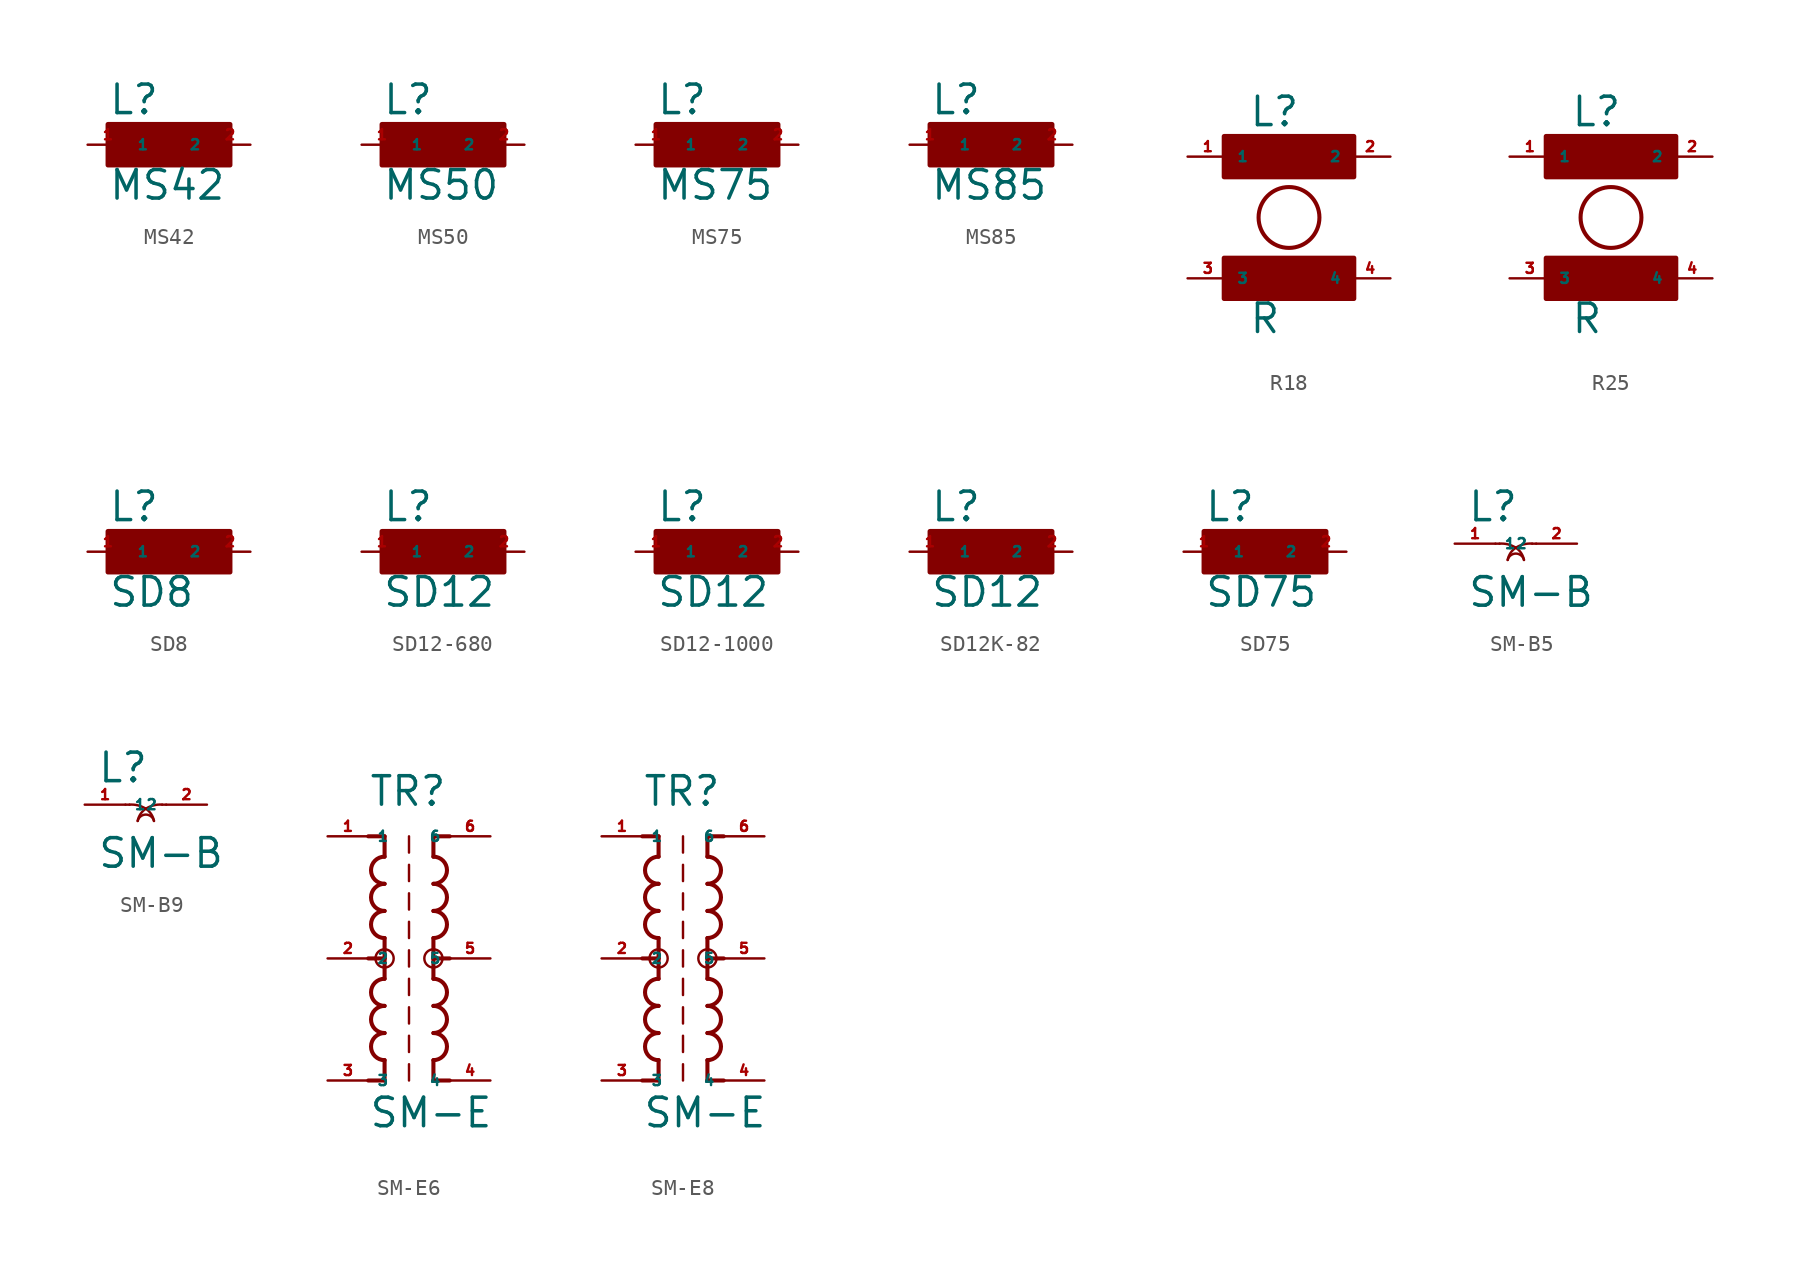
<source format=kicad_sym>
(kicad_symbol_lib
  (version 20220914)
  (generator kicad_symbol_editor)
  (symbol "MS42"
    (property "Reference" "L"
      (at -3.81 1.778 0)
      (effects (font (size 1.778 1.778) (thickness 0.22)) (justify left bottom)))
    (property "Value" "MS42"
      (at -3.81 -3.556 0)
      (effects (font (size 1.778 1.778) (thickness 0.22)) (justify left bottom)))
    (symbol "MS42_1_1"
      (rectangle (start -3.81 -1.27) (end 3.81 1.27) (stroke (width 0.3) (type default)) (fill (type outline)))
      (pin passive line (at -5.08 0 0) (length 2.54) (name "1" (effects (font (size 0.635 0.635)))) (number "1" (effects (font (size 0.635 0.635)))))
      (pin passive line (at 5.08 0 180) (length 2.54) (name "2" (effects (font (size 0.635 0.635)))) (number "2" (effects (font (size 0.635 0.635)))))))
  (symbol "MS50"
    (property "Reference" "L"
      (at -3.81 1.778 0)
      (effects (font (size 1.778 1.778) (thickness 0.22)) (justify left bottom)))
    (property "Value" "MS50"
      (at -3.81 -3.556 0)
      (effects (font (size 1.778 1.778) (thickness 0.22)) (justify left bottom)))
    (symbol "MS50_1_1"
      (rectangle (start -3.81 -1.27) (end 3.81 1.27) (stroke (width 0.3) (type default)) (fill (type outline)))
      (pin passive line (at -5.08 0 0) (length 2.54) (name "1" (effects (font (size 0.635 0.635)))) (number "1" (effects (font (size 0.635 0.635)))))
      (pin passive line (at 5.08 0 180) (length 2.54) (name "2" (effects (font (size 0.635 0.635)))) (number "2" (effects (font (size 0.635 0.635)))))))
  (symbol "MS75"
    (property "Reference" "L"
      (at -3.81 1.778 0)
      (effects (font (size 1.778 1.778) (thickness 0.22)) (justify left bottom)))
    (property "Value" "MS75"
      (at -3.81 -3.556 0)
      (effects (font (size 1.778 1.778) (thickness 0.22)) (justify left bottom)))
    (symbol "MS75_1_1"
      (rectangle (start -3.81 -1.27) (end 3.81 1.27) (stroke (width 0.3) (type default)) (fill (type outline)))
      (pin passive line (at -5.08 0 0) (length 2.54) (name "1" (effects (font (size 0.635 0.635)))) (number "1" (effects (font (size 0.635 0.635)))))
      (pin passive line (at 5.08 0 180) (length 2.54) (name "2" (effects (font (size 0.635 0.635)))) (number "2" (effects (font (size 0.635 0.635)))))))
  (symbol "MS85"
    (property "Reference" "L"
      (at -3.81 1.778 0)
      (effects (font (size 1.778 1.778) (thickness 0.22)) (justify left bottom)))
    (property "Value" "MS85"
      (at -3.81 -3.556 0)
      (effects (font (size 1.778 1.778) (thickness 0.22)) (justify left bottom)))
    (symbol "MS85_1_1"
      (rectangle (start -3.81 -1.27) (end 3.81 1.27) (stroke (width 0.3) (type default)) (fill (type outline)))
      (pin passive line (at -5.08 0 0) (length 2.54) (name "1" (effects (font (size 0.635 0.635)))) (number "1" (effects (font (size 0.635 0.635)))))
      (pin passive line (at 5.08 0 180) (length 2.54) (name "2" (effects (font (size 0.635 0.635)))) (number "2" (effects (font (size 0.635 0.635)))))))
  (symbol "R18"
    (property "Reference" "L"
      (at -1.27 6.858 0)
      (effects (font (size 1.778 1.778) (thickness 0.22)) (justify left bottom)))
    (property "Value" "R"
      (at -1.27 -6.096 0)
      (effects (font (size 1.778 1.778) (thickness 0.22)) (justify left bottom)))
    (symbol "R18_1_1"
      (rectangle (start -2.794 -3.81) (end 5.334 -1.27) (stroke (width 0.3) (type default)) (fill (type outline)))
      (rectangle (start -2.794 3.81) (end 5.334 6.35) (stroke (width 0.3) (type default)) (fill (type outline)))
      (circle (center 1.27 1.27) (radius 1.905) (stroke (width 0.254) (type default)) (fill (type none)))
      (pin passive line (at -5.08 5.08 0) (length 2.54) (name "1" (effects (font (size 0.635 0.635)))) (number "1" (effects (font (size 0.635 0.635)))))
      (pin passive line (at 7.62 5.08 180) (length 2.54) (name "2" (effects (font (size 0.635 0.635)))) (number "2" (effects (font (size 0.635 0.635)))))
      (pin passive line (at -5.08 -2.54 0) (length 2.54) (name "3" (effects (font (size 0.635 0.635)))) (number "3" (effects (font (size 0.635 0.635)))))
      (pin passive line (at 7.62 -2.54 180) (length 2.54) (name "4" (effects (font (size 0.635 0.635)))) (number "4" (effects (font (size 0.635 0.635)))))))
  (symbol "R25"
    (property "Reference" "L"
      (at -1.27 6.858 0)
      (effects (font (size 1.778 1.778) (thickness 0.22)) (justify left bottom)))
    (property "Value" "R"
      (at -1.27 -6.096 0)
      (effects (font (size 1.778 1.778) (thickness 0.22)) (justify left bottom)))
    (symbol "R25_1_1"
      (rectangle (start -2.794 -3.81) (end 5.334 -1.27) (stroke (width 0.3) (type default)) (fill (type outline)))
      (rectangle (start -2.794 3.81) (end 5.334 6.35) (stroke (width 0.3) (type default)) (fill (type outline)))
      (circle (center 1.27 1.27) (radius 1.905) (stroke (width 0.254) (type default)) (fill (type none)))
      (pin passive line (at -5.08 5.08 0) (length 2.54) (name "1" (effects (font (size 0.635 0.635)))) (number "1" (effects (font (size 0.635 0.635)))))
      (pin passive line (at 7.62 5.08 180) (length 2.54) (name "2" (effects (font (size 0.635 0.635)))) (number "2" (effects (font (size 0.635 0.635)))))
      (pin passive line (at -5.08 -2.54 0) (length 2.54) (name "3" (effects (font (size 0.635 0.635)))) (number "3" (effects (font (size 0.635 0.635)))))
      (pin passive line (at 7.62 -2.54 180) (length 2.54) (name "4" (effects (font (size 0.635 0.635)))) (number "4" (effects (font (size 0.635 0.635)))))))
  (symbol "SD8"
    (property "Reference" "L"
      (at -3.81 1.778 0)
      (effects (font (size 1.778 1.778) (thickness 0.22)) (justify left bottom)))
    (property "Value" "SD8"
      (at -3.81 -3.556 0)
      (effects (font (size 1.778 1.778) (thickness 0.22)) (justify left bottom)))
    (symbol "SD8_1_1"
      (rectangle (start -3.81 -1.27) (end 3.81 1.27) (stroke (width 0.3) (type default)) (fill (type outline)))
      (pin passive line (at -5.08 0 0) (length 2.54) (name "1" (effects (font (size 0.635 0.635)))) (number "1" (effects (font (size 0.635 0.635)))))
      (pin passive line (at 5.08 0 180) (length 2.54) (name "2" (effects (font (size 0.635 0.635)))) (number "2" (effects (font (size 0.635 0.635)))))))
  (symbol "SD12-680"
    (property "Reference" "L"
      (at -3.81 1.778 0)
      (effects (font (size 1.778 1.778) (thickness 0.22)) (justify left bottom)))
    (property "Value" "SD12"
      (at -3.81 -3.556 0)
      (effects (font (size 1.778 1.778) (thickness 0.22)) (justify left bottom)))
    (symbol "SD12-680_1_1"
      (rectangle (start -3.81 -1.27) (end 3.81 1.27) (stroke (width 0.3) (type default)) (fill (type outline)))
      (pin passive line (at -5.08 0 0) (length 2.54) (name "1" (effects (font (size 0.635 0.635)))) (number "1" (effects (font (size 0.635 0.635)))))
      (pin passive line (at 5.08 0 180) (length 2.54) (name "2" (effects (font (size 0.635 0.635)))) (number "2" (effects (font (size 0.635 0.635)))))))
  (symbol "SD12-1000"
    (property "Reference" "L"
      (at -3.81 1.778 0)
      (effects (font (size 1.778 1.778) (thickness 0.22)) (justify left bottom)))
    (property "Value" "SD12"
      (at -3.81 -3.556 0)
      (effects (font (size 1.778 1.778) (thickness 0.22)) (justify left bottom)))
    (symbol "SD12-1000_1_1"
      (rectangle (start -3.81 -1.27) (end 3.81 1.27) (stroke (width 0.3) (type default)) (fill (type outline)))
      (pin passive line (at -5.08 0 0) (length 2.54) (name "1" (effects (font (size 0.635 0.635)))) (number "1" (effects (font (size 0.635 0.635)))))
      (pin passive line (at 5.08 0 180) (length 2.54) (name "2" (effects (font (size 0.635 0.635)))) (number "2" (effects (font (size 0.635 0.635)))))))
  (symbol "SD12K-82"
    (property "Reference" "L"
      (at -3.81 1.778 0)
      (effects (font (size 1.778 1.778) (thickness 0.22)) (justify left bottom)))
    (property "Value" "SD12"
      (at -3.81 -3.556 0)
      (effects (font (size 1.778 1.778) (thickness 0.22)) (justify left bottom)))
    (symbol "SD12K-82_1_1"
      (rectangle (start -3.81 -1.27) (end 3.81 1.27) (stroke (width 0.3) (type default)) (fill (type outline)))
      (pin passive line (at -5.08 0 0) (length 2.54) (name "1" (effects (font (size 0.635 0.635)))) (number "1" (effects (font (size 0.635 0.635)))))
      (pin passive line (at 5.08 0 180) (length 2.54) (name "2" (effects (font (size 0.635 0.635)))) (number "2" (effects (font (size 0.635 0.635)))))))
  (symbol "SD75"
    (property "Reference" "L"
      (at -3.81 1.778 0)
      (effects (font (size 1.778 1.778) (thickness 0.22)) (justify left bottom)))
    (property "Value" "SD75"
      (at -3.81 -3.556 0)
      (effects (font (size 1.778 1.778) (thickness 0.22)) (justify left bottom)))
    (symbol "SD75_1_1"
      (rectangle (start -3.81 -1.27) (end 3.81 1.27) (stroke (width 0.3) (type default)) (fill (type outline)))
      (pin passive line (at -5.08 0 0) (length 2.54) (name "1" (effects (font (size 0.635 0.635)))) (number "1" (effects (font (size 0.635 0.635)))))
      (pin passive line (at 5.08 0 180) (length 2.54) (name "2" (effects (font (size 0.635 0.635)))) (number "2" (effects (font (size 0.635 0.635)))))))
  (symbol "SM-B5"
    (property "Reference" "L"
      (at -4.318 1.27 0)
      (effects (font (size 1.778 1.778) (thickness 0.22)) (justify left bottom)))
    (property "Value" "SM-B"
      (at -4.318 -4.064 0)
      (effects (font (size 1.778 1.778) (thickness 0.22)) (justify left bottom)))
    (symbol "SM-B5_1_1"
      (arc (start -1.27 -0.254) (mid -1.757 -0.045) (end -2.286 0) (stroke (width 0.1524) (type default)) (fill (type none)))
      (arc (start -1.27 -0.254) (mid -1.602 -0.583) (end -1.778 -1.016) (stroke (width 0.1524) (type default)) (fill (type none)))
      (arc (start -0.762 -1.016) (mid -1.27 -0.619) (end -1.778 -1.016) (stroke (width 0.1524) (type default)) (fill (type none)))
      (arc (start -0.762 -1.016) (mid -0.938 -0.583) (end -1.27 -0.254) (stroke (width 0.1524) (type default)) (fill (type none)))
      (arc (start -0.254 0) (mid -0.783 -0.045) (end -1.27 -0.254) (stroke (width 0.1524) (type default)) (fill (type none)))
      (polyline (pts (xy -2.54 0) (xy -2.286 0)) (stroke (width 0.152) (type default)) (fill (type none)))
      (polyline (pts (xy -0.254 0) (xy 0 0)) (stroke (width 0.152) (type default)) (fill (type none)))
      (pin passive line (at -5.08 0 0) (length 2.54) (name "1" (effects (font (size 0.635 0.635)))) (number "1" (effects (font (size 0.635 0.635)))))
      (pin passive line (at 2.54 0 180) (length 2.54) (name "2" (effects (font (size 0.635 0.635)))) (number "2" (effects (font (size 0.635 0.635)))))))
  (symbol "SM-B9"
    (property "Reference" "L"
      (at -4.318 1.27 0)
      (effects (font (size 1.778 1.778) (thickness 0.22)) (justify left bottom)))
    (property "Value" "SM-B"
      (at -4.318 -4.064 0)
      (effects (font (size 1.778 1.778) (thickness 0.22)) (justify left bottom)))
    (symbol "SM-B9_1_1"
      (arc (start -1.27 -0.254) (mid -1.757 -0.045) (end -2.286 0) (stroke (width 0.1524) (type default)) (fill (type none)))
      (arc (start -1.27 -0.254) (mid -1.602 -0.583) (end -1.778 -1.016) (stroke (width 0.1524) (type default)) (fill (type none)))
      (arc (start -0.762 -1.016) (mid -1.27 -0.619) (end -1.778 -1.016) (stroke (width 0.1524) (type default)) (fill (type none)))
      (arc (start -0.762 -1.016) (mid -0.938 -0.583) (end -1.27 -0.254) (stroke (width 0.1524) (type default)) (fill (type none)))
      (arc (start -0.254 0) (mid -0.783 -0.045) (end -1.27 -0.254) (stroke (width 0.1524) (type default)) (fill (type none)))
      (polyline (pts (xy -2.54 0) (xy -2.286 0)) (stroke (width 0.152) (type default)) (fill (type none)))
      (polyline (pts (xy -0.254 0) (xy 0 0)) (stroke (width 0.152) (type default)) (fill (type none)))
      (pin passive line (at -5.08 0 0) (length 2.54) (name "1" (effects (font (size 0.635 0.635)))) (number "1" (effects (font (size 0.635 0.635)))))
      (pin passive line (at 2.54 0 180) (length 2.54) (name "2" (effects (font (size 0.635 0.635)))) (number "2" (effects (font (size 0.635 0.635)))))))
  (symbol "SM-E6"
    (property "Reference" "TR"
      (at -2.54 9.398 0)
      (effects (font (size 1.778 1.778) (thickness 0.22)) (justify left bottom)))
    (property "Value" "SM-E"
      (at -2.54 -10.668 0)
      (effects (font (size 1.778 1.778) (thickness 0.22)) (justify left bottom)))
    (symbol "SM-E6_1_1"
      (arc (start -1.524 -4.6566) (mid -2.3704 -5.5033) (end -1.524 -6.35) (stroke (width 0.254) (type default)) (fill (type none)))
      (arc (start -1.524 -2.9632) (mid -2.3704 -3.8099) (end -1.524 -4.6566) (stroke (width 0.254) (type default)) (fill (type none)))
      (arc (start -1.524 -1.27) (mid -2.3704 -2.1167) (end -1.524 -2.9634) (stroke (width 0.254) (type default)) (fill (type none)))
      (circle (center -1.524 0) (radius 0.568) (stroke (width 0) (type default)) (fill (type none)))
      (arc (start -1.524 2.9634) (mid -2.3704 2.1167) (end -1.524 1.27) (stroke (width 0.254) (type default)) (fill (type none)))
      (arc (start -1.524 4.6566) (mid -2.3702 3.81) (end -1.524 2.9634) (stroke (width 0.254) (type default)) (fill (type none)))
      (arc (start -1.524 6.35) (mid -2.3704 5.5033) (end -1.524 4.6566) (stroke (width 0.254) (type default)) (fill (type none)))
      (polyline (pts (xy -2.54 7.62) (xy -1.524 7.62)) (stroke (width 0.254) (type default)) (fill (type none)))
      (polyline (pts (xy -1.524 -7.62) (xy -2.54 -7.62)) (stroke (width 0.254) (type default)) (fill (type none)))
      (polyline (pts (xy -1.524 -6.35) (xy -1.524 -7.62)) (stroke (width 0.254) (type default)) (fill (type none)))
      (polyline (pts (xy -1.524 0) (xy -2.54 0)) (stroke (width 0.254) (type default)) (fill (type none)))
      (polyline (pts (xy -1.524 0) (xy -1.524 -1.27)) (stroke (width 0.254) (type default)) (fill (type none)))
      (polyline (pts (xy -1.524 1.27) (xy -1.524 0)) (stroke (width 0.254) (type default)) (fill (type none)))
      (polyline (pts (xy -1.524 7.62) (xy -1.524 6.35)) (stroke (width 0.254) (type default)) (fill (type none)))
      (polyline (pts (xy 0 -7.62) (xy 0 -6.604)) (stroke (width 0.152) (type default)) (fill (type none)))
      (polyline (pts (xy 0 -5.842) (xy 0 -4.826)) (stroke (width 0.152) (type default)) (fill (type none)))
      (polyline (pts (xy 0 -4.064) (xy 0 -3.048)) (stroke (width 0.152) (type default)) (fill (type none)))
      (polyline (pts (xy 0 -2.286) (xy 0 -1.27)) (stroke (width 0.152) (type default)) (fill (type none)))
      (polyline (pts (xy 0 -0.508) (xy 0 0.508)) (stroke (width 0.152) (type default)) (fill (type none)))
      (polyline (pts (xy 0 1.27) (xy 0 2.286)) (stroke (width 0.152) (type default)) (fill (type none)))
      (polyline (pts (xy 0 3.048) (xy 0 4.064)) (stroke (width 0.152) (type default)) (fill (type none)))
      (polyline (pts (xy 0 4.826) (xy 0 5.842)) (stroke (width 0.152) (type default)) (fill (type none)))
      (polyline (pts (xy 0 6.604) (xy 0 7.62)) (stroke (width 0.152) (type default)) (fill (type none)))
      (polyline (pts (xy 1.524 -7.62) (xy 1.524 -6.35)) (stroke (width 0.254) (type default)) (fill (type none)))
      (polyline (pts (xy 1.524 -1.27) (xy 1.524 0)) (stroke (width 0.254) (type default)) (fill (type none)))
      (polyline (pts (xy 1.524 0) (xy 1.524 1.27)) (stroke (width 0.254) (type default)) (fill (type none)))
      (polyline (pts (xy 1.524 0) (xy 2.54 0)) (stroke (width 0.254) (type default)) (fill (type none)))
      (polyline (pts (xy 1.524 6.35) (xy 1.524 7.62)) (stroke (width 0.254) (type default)) (fill (type none)))
      (polyline (pts (xy 1.524 7.62) (xy 2.54 7.62)) (stroke (width 0.254) (type default)) (fill (type none)))
      (polyline (pts (xy 2.54 -7.62) (xy 1.524 -7.62)) (stroke (width 0.254) (type default)) (fill (type none)))
      (arc (start 1.524 -6.35) (mid 2.3704 -5.5033) (end 1.524 -4.6566) (stroke (width 0.254) (type default)) (fill (type none)))
      (arc (start 1.524 -4.6566) (mid 2.3702 -3.81) (end 1.524 -2.9634) (stroke (width 0.254) (type default)) (fill (type none)))
      (arc (start 1.524 -2.9634) (mid 2.3704 -2.1167) (end 1.524 -1.27) (stroke (width 0.254) (type default)) (fill (type none)))
      (circle (center 1.524 0) (radius 0.568) (stroke (width 0) (type default)) (fill (type none)))
      (arc (start 1.524 1.27) (mid 2.3704 2.1167) (end 1.524 2.9634) (stroke (width 0.254) (type default)) (fill (type none)))
      (arc (start 1.524 2.9632) (mid 2.3704 3.8099) (end 1.524 4.6566) (stroke (width 0.254) (type default)) (fill (type none)))
      (arc (start 1.524 4.6566) (mid 2.3704 5.5033) (end 1.524 6.35) (stroke (width 0.254) (type default)) (fill (type none)))
      (pin passive line (at -5.08 7.62 0) (length 2.54) (name "1" (effects (font (size 0.635 0.635)))) (number "1" (effects (font (size 0.635 0.635)))))
      (pin passive line (at -5.08 0 0) (length 2.54) (name "2" (effects (font (size 0.635 0.635)))) (number "2" (effects (font (size 0.635 0.635)))))
      (pin passive line (at -5.08 -7.62 0) (length 2.54) (name "3" (effects (font (size 0.635 0.635)))) (number "3" (effects (font (size 0.635 0.635)))))
      (pin passive line (at 5.08 -7.62 180) (length 2.54) (name "4" (effects (font (size 0.635 0.635)))) (number "4" (effects (font (size 0.635 0.635)))))
      (pin passive line (at 5.08 0 180) (length 2.54) (name "5" (effects (font (size 0.635 0.635)))) (number "5" (effects (font (size 0.635 0.635)))))
      (pin passive line (at 5.08 7.62 180) (length 2.54) (name "6" (effects (font (size 0.635 0.635)))) (number "6" (effects (font (size 0.635 0.635)))))))
  (symbol "SM-E8"
    (property "Reference" "TR"
      (at -2.54 9.398 0)
      (effects (font (size 1.778 1.778) (thickness 0.22)) (justify left bottom)))
    (property "Value" "SM-E"
      (at -2.54 -10.668 0)
      (effects (font (size 1.778 1.778) (thickness 0.22)) (justify left bottom)))
    (symbol "SM-E8_1_1"
      (arc (start -1.524 -4.6566) (mid -2.3704 -5.5033) (end -1.524 -6.35) (stroke (width 0.254) (type default)) (fill (type none)))
      (arc (start -1.524 -2.9632) (mid -2.3704 -3.8099) (end -1.524 -4.6566) (stroke (width 0.254) (type default)) (fill (type none)))
      (arc (start -1.524 -1.27) (mid -2.3704 -2.1167) (end -1.524 -2.9634) (stroke (width 0.254) (type default)) (fill (type none)))
      (circle (center -1.524 0) (radius 0.568) (stroke (width 0) (type default)) (fill (type none)))
      (arc (start -1.524 2.9634) (mid -2.3704 2.1167) (end -1.524 1.27) (stroke (width 0.254) (type default)) (fill (type none)))
      (arc (start -1.524 4.6566) (mid -2.3702 3.81) (end -1.524 2.9634) (stroke (width 0.254) (type default)) (fill (type none)))
      (arc (start -1.524 6.35) (mid -2.3704 5.5033) (end -1.524 4.6566) (stroke (width 0.254) (type default)) (fill (type none)))
      (polyline (pts (xy -2.54 7.62) (xy -1.524 7.62)) (stroke (width 0.254) (type default)) (fill (type none)))
      (polyline (pts (xy -1.524 -7.62) (xy -2.54 -7.62)) (stroke (width 0.254) (type default)) (fill (type none)))
      (polyline (pts (xy -1.524 -6.35) (xy -1.524 -7.62)) (stroke (width 0.254) (type default)) (fill (type none)))
      (polyline (pts (xy -1.524 0) (xy -2.54 0)) (stroke (width 0.254) (type default)) (fill (type none)))
      (polyline (pts (xy -1.524 0) (xy -1.524 -1.27)) (stroke (width 0.254) (type default)) (fill (type none)))
      (polyline (pts (xy -1.524 1.27) (xy -1.524 0)) (stroke (width 0.254) (type default)) (fill (type none)))
      (polyline (pts (xy -1.524 7.62) (xy -1.524 6.35)) (stroke (width 0.254) (type default)) (fill (type none)))
      (polyline (pts (xy 0 -7.62) (xy 0 -6.604)) (stroke (width 0.152) (type default)) (fill (type none)))
      (polyline (pts (xy 0 -5.842) (xy 0 -4.826)) (stroke (width 0.152) (type default)) (fill (type none)))
      (polyline (pts (xy 0 -4.064) (xy 0 -3.048)) (stroke (width 0.152) (type default)) (fill (type none)))
      (polyline (pts (xy 0 -2.286) (xy 0 -1.27)) (stroke (width 0.152) (type default)) (fill (type none)))
      (polyline (pts (xy 0 -0.508) (xy 0 0.508)) (stroke (width 0.152) (type default)) (fill (type none)))
      (polyline (pts (xy 0 1.27) (xy 0 2.286)) (stroke (width 0.152) (type default)) (fill (type none)))
      (polyline (pts (xy 0 3.048) (xy 0 4.064)) (stroke (width 0.152) (type default)) (fill (type none)))
      (polyline (pts (xy 0 4.826) (xy 0 5.842)) (stroke (width 0.152) (type default)) (fill (type none)))
      (polyline (pts (xy 0 6.604) (xy 0 7.62)) (stroke (width 0.152) (type default)) (fill (type none)))
      (polyline (pts (xy 1.524 -7.62) (xy 1.524 -6.35)) (stroke (width 0.254) (type default)) (fill (type none)))
      (polyline (pts (xy 1.524 -1.27) (xy 1.524 0)) (stroke (width 0.254) (type default)) (fill (type none)))
      (polyline (pts (xy 1.524 0) (xy 1.524 1.27)) (stroke (width 0.254) (type default)) (fill (type none)))
      (polyline (pts (xy 1.524 0) (xy 2.54 0)) (stroke (width 0.254) (type default)) (fill (type none)))
      (polyline (pts (xy 1.524 6.35) (xy 1.524 7.62)) (stroke (width 0.254) (type default)) (fill (type none)))
      (polyline (pts (xy 1.524 7.62) (xy 2.54 7.62)) (stroke (width 0.254) (type default)) (fill (type none)))
      (polyline (pts (xy 2.54 -7.62) (xy 1.524 -7.62)) (stroke (width 0.254) (type default)) (fill (type none)))
      (arc (start 1.524 -6.35) (mid 2.3704 -5.5033) (end 1.524 -4.6566) (stroke (width 0.254) (type default)) (fill (type none)))
      (arc (start 1.524 -4.6566) (mid 2.3702 -3.81) (end 1.524 -2.9634) (stroke (width 0.254) (type default)) (fill (type none)))
      (arc (start 1.524 -2.9634) (mid 2.3704 -2.1167) (end 1.524 -1.27) (stroke (width 0.254) (type default)) (fill (type none)))
      (circle (center 1.524 0) (radius 0.568) (stroke (width 0) (type default)) (fill (type none)))
      (arc (start 1.524 1.27) (mid 2.3704 2.1167) (end 1.524 2.9634) (stroke (width 0.254) (type default)) (fill (type none)))
      (arc (start 1.524 2.9632) (mid 2.3704 3.8099) (end 1.524 4.6566) (stroke (width 0.254) (type default)) (fill (type none)))
      (arc (start 1.524 4.6566) (mid 2.3704 5.5033) (end 1.524 6.35) (stroke (width 0.254) (type default)) (fill (type none)))
      (pin passive line (at -5.08 7.62 0) (length 2.54) (name "1" (effects (font (size 0.635 0.635)))) (number "1" (effects (font (size 0.635 0.635)))))
      (pin passive line (at -5.08 0 0) (length 2.54) (name "2" (effects (font (size 0.635 0.635)))) (number "2" (effects (font (size 0.635 0.635)))))
      (pin passive line (at -5.08 -7.62 0) (length 2.54) (name "3" (effects (font (size 0.635 0.635)))) (number "3" (effects (font (size 0.635 0.635)))))
      (pin passive line (at 5.08 -7.62 180) (length 2.54) (name "4" (effects (font (size 0.635 0.635)))) (number "4" (effects (font (size 0.635 0.635)))))
      (pin passive line (at 5.08 0 180) (length 2.54) (name "5" (effects (font (size 0.635 0.635)))) (number "5" (effects (font (size 0.635 0.635)))))
      (pin passive line (at 5.08 7.62 180) (length 2.54) (name "6" (effects (font (size 0.635 0.635)))) (number "6" (effects (font (size 0.635 0.635))))))))
</source>
